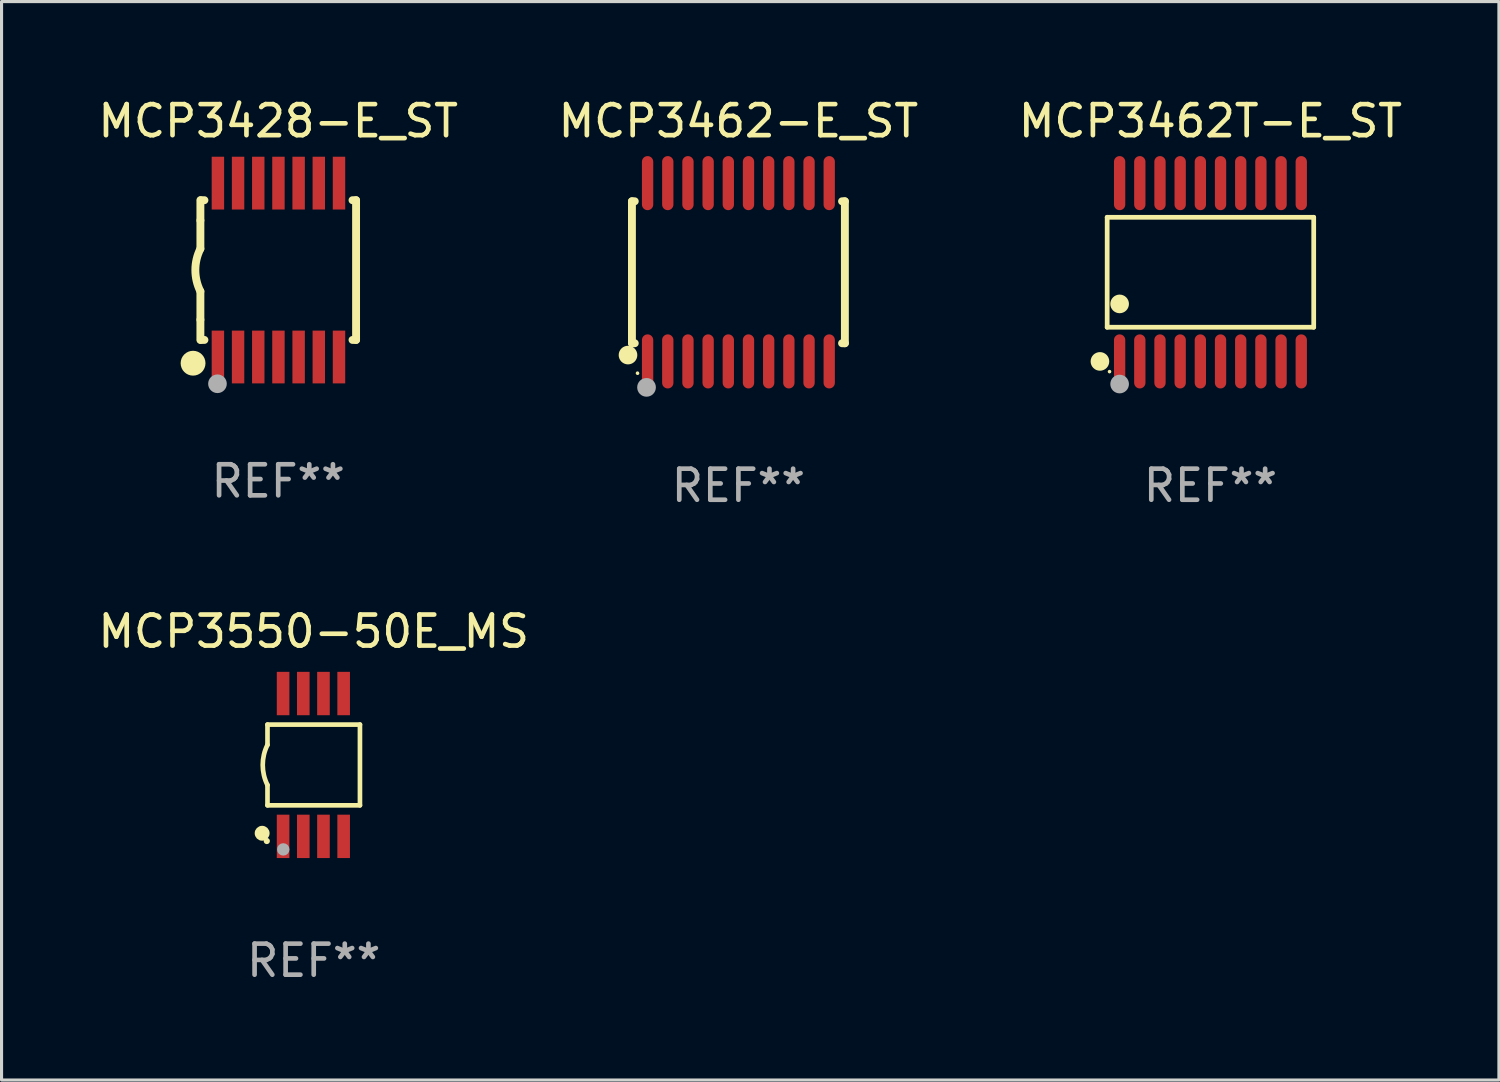
<source format=kicad_pcb>
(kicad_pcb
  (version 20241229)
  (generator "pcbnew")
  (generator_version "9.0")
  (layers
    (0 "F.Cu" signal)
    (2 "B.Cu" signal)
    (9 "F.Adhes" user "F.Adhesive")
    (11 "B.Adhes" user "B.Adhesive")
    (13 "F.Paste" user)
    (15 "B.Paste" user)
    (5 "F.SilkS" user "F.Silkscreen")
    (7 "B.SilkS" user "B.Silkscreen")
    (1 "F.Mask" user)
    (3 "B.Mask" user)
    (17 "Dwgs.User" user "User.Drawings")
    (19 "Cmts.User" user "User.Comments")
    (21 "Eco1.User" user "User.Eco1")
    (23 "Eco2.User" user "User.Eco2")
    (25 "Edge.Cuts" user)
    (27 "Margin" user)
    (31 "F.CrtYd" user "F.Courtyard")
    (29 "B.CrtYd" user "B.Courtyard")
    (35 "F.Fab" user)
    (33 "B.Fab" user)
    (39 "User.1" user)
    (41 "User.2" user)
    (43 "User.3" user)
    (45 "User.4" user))
  (footprint "MCP3462T-E_ST"
    (layer "F.Cu")
    (at 35.935 5.719)
    (property "Reference" "MCP3462T-E_ST" (at 0 -4.871 0) (layer "F.SilkS") (effects (font (size 1 1) (thickness 0.15))))
    (attr through_hole)
    (fp_line (start -3.326 -1.771) (end 3.326 -1.771) (stroke (width 0.152) (type solid)) (layer "F.SilkS"))
    (fp_line (start -3.326 1.771) (end -3.326 -1.771) (stroke (width 0.152) (type solid)) (layer "F.SilkS"))
    (fp_line (start 3.326 -1.771) (end 3.326 1.771) (stroke (width 0.152) (type solid)) (layer "F.SilkS"))
    (fp_line (start 3.326 1.771) (end -3.326 1.771) (stroke (width 0.152) (type solid)) (layer "F.SilkS"))
    (fp_circle (center -3.559 2.871) (end -3.409 2.871) (stroke (width 0.3) (type solid)) (fill no) (layer "F.SilkS"))
    (fp_circle (center -3.25 3.2) (end -3.22 3.2) (stroke (width 0.06) (type solid)) (fill no) (layer "F.SilkS"))
    (fp_circle (center -2.925 1.019) (end -2.775 1.019) (stroke (width 0.3) (type solid)) (fill no) (layer "F.SilkS"))
    (fp_circle (center -2.925 3.6) (end -2.775 3.6) (stroke (width 0.3) (type solid)) (fill no) (layer "F.Fab"))
    (fp_text user "REF**" (at 0 6.871 0) (layer "F.Fab") (effects (font (size 1 1) (thickness 0.15))))
    (pad "1" smd oval (at -2.925 2.871) (size 0.364 1.742) (layers "F.Cu" "F.Mask" "F.Paste"))
    (pad "2" smd oval (at -2.275 2.871) (size 0.364 1.742) (layers "F.Cu" "F.Mask" "F.Paste"))
    (pad "3" smd oval (at -1.625 2.871) (size 0.364 1.742) (layers "F.Cu" "F.Mask" "F.Paste"))
    (pad "4" smd oval (at -0.975 2.871) (size 0.364 1.742) (layers "F.Cu" "F.Mask" "F.Paste"))
    (pad "5" smd oval (at -0.325 2.871) (size 0.364 1.742) (layers "F.Cu" "F.Mask" "F.Paste"))
    (pad "6" smd oval (at 0.325 2.871) (size 0.364 1.742) (layers "F.Cu" "F.Mask" "F.Paste"))
    (pad "7" smd oval (at 0.975 2.871) (size 0.364 1.742) (layers "F.Cu" "F.Mask" "F.Paste"))
    (pad "8" smd oval (at 1.625 2.871) (size 0.364 1.742) (layers "F.Cu" "F.Mask" "F.Paste"))
    (pad "9" smd oval (at 2.275 2.871) (size 0.364 1.742) (layers "F.Cu" "F.Mask" "F.Paste"))
    (pad "10" smd oval (at 2.925 2.871) (size 0.364 1.742) (layers "F.Cu" "F.Mask" "F.Paste"))
    (pad "11" smd oval (at 2.925 -2.871) (size 0.364 1.742) (layers "F.Cu" "F.Mask" "F.Paste"))
    (pad "12" smd oval (at 2.275 -2.871) (size 0.364 1.742) (layers "F.Cu" "F.Mask" "F.Paste"))
    (pad "13" smd oval (at 1.625 -2.871) (size 0.364 1.742) (layers "F.Cu" "F.Mask" "F.Paste"))
    (pad "14" smd oval (at 0.975 -2.871) (size 0.364 1.742) (layers "F.Cu" "F.Mask" "F.Paste"))
    (pad "15" smd oval (at 0.325 -2.871) (size 0.364 1.742) (layers "F.Cu" "F.Mask" "F.Paste"))
    (pad "16" smd oval (at -0.325 -2.871) (size 0.364 1.742) (layers "F.Cu" "F.Mask" "F.Paste"))
    (pad "17" smd oval (at -0.975 -2.871) (size 0.364 1.742) (layers "F.Cu" "F.Mask" "F.Paste"))
    (pad "18" smd oval (at -1.625 -2.871) (size 0.364 1.742) (layers "F.Cu" "F.Mask" "F.Paste"))
    (pad "19" smd oval (at -2.275 -2.871) (size 0.364 1.742) (layers "F.Cu" "F.Mask" "F.Paste"))
    (pad "20" smd oval (at -2.925 -2.871) (size 0.364 1.742) (layers "F.Cu" "F.Mask" "F.Paste")))
  (footprint "MCP3428-E_ST"
    (layer "F.Cu")
    (at 5.911 5.648)
    (property "Reference" "MCP3428-E_ST" (at 0 -4.8 0) (layer "F.SilkS") (effects (font (size 1 1) (thickness 0.15))))
    (attr through_hole)
    (fp_line (start -2.507 -1.6) (end -2.507 -2.25) (stroke (width 0.254) (type solid)) (layer "F.SilkS"))
    (fp_line (start -2.507 -0.686) (end -2.507 -1.6) (stroke (width 0.254) (type solid)) (layer "F.SilkS"))
    (fp_line (start -2.507 1.6) (end -2.507 0.686) (stroke (width 0.254) (type solid)) (layer "F.SilkS"))
    (fp_line (start -2.507 1.6) (end -2.507 2.25) (stroke (width 0.254) (type solid)) (layer "F.SilkS"))
    (fp_line (start -2.493 -2.25) (end -2.377 -2.25) (stroke (width 0.254) (type solid)) (layer "F.SilkS"))
    (fp_line (start -2.377 2.25) (end -2.493 2.25) (stroke (width 0.254) (type solid)) (layer "F.SilkS"))
    (fp_line (start 2.392 -2.25) (end 2.507 -2.25) (stroke (width 0.254) (type solid)) (layer "F.SilkS"))
    (fp_line (start 2.507 -2.25) (end 2.507 2.25) (stroke (width 0.254) (type solid)) (layer "F.SilkS"))
    (fp_line (start 2.507 2.25) (end 2.392 2.25) (stroke (width 0.254) (type solid)) (layer "F.SilkS"))
    (fp_arc (start -2.507303 0.685802) (mid -2.669199 0) (end -2.507303 -0.685801) (stroke (width 0.254001) (type solid)) (layer "F.SilkS"))
    (fp_circle (center -2.743 3) (end -2.543 3) (stroke (width 0.4) (type solid)) (fill no) (layer "F.SilkS"))
    (fp_circle (center -2.493 3.2) (end -2.463 3.2) (stroke (width 0.06) (type solid)) (fill no) (layer "F.SilkS"))
    (fp_circle (center -1.957 3.662) (end -1.807 3.662) (stroke (width 0.3) (type solid)) (fill no) (layer "F.Fab"))
    (fp_text user "REF**" (at 0 6.8 0) (layer "F.Fab") (effects (font (size 1 1) (thickness 0.15))))
    (pad "1" smd rect (at -1.943 2.8) (size 0.4 1.7) (layers "F.Cu" "F.Mask" "F.Paste"))
    (pad "2" smd rect (at -1.293 2.8) (size 0.4 1.7) (layers "F.Cu" "F.Mask" "F.Paste"))
    (pad "3" smd rect (at -0.643 2.8) (size 0.4 1.7) (layers "F.Cu" "F.Mask" "F.Paste"))
    (pad "4" smd rect (at 0.007 2.8) (size 0.4 1.7) (layers "F.Cu" "F.Mask" "F.Paste"))
    (pad "5" smd rect (at 0.657 2.8) (size 0.4 1.7) (layers "F.Cu" "F.Mask" "F.Paste"))
    (pad "6" smd rect (at 1.307 2.8) (size 0.4 1.7) (layers "F.Cu" "F.Mask" "F.Paste"))
    (pad "7" smd rect (at 1.957 2.8) (size 0.4 1.7) (layers "F.Cu" "F.Mask" "F.Paste"))
    (pad "8" smd rect (at 1.957 -2.8) (size 0.4 1.7) (layers "F.Cu" "F.Mask" "F.Paste"))
    (pad "9" smd rect (at 1.307 -2.8) (size 0.4 1.7) (layers "F.Cu" "F.Mask" "F.Paste"))
    (pad "10" smd rect (at 0.657 -2.8) (size 0.4 1.7) (layers "F.Cu" "F.Mask" "F.Paste"))
    (pad "11" smd rect (at 0.007 -2.8) (size 0.4 1.7) (layers "F.Cu" "F.Mask" "F.Paste"))
    (pad "12" smd rect (at -0.643 -2.8) (size 0.4 1.7) (layers "F.Cu" "F.Mask" "F.Paste"))
    (pad "13" smd rect (at -1.293 -2.8) (size 0.4 1.7) (layers "F.Cu" "F.Mask" "F.Paste"))
    (pad "14" smd rect (at -1.943 -2.8) (size 0.4 1.7) (layers "F.Cu" "F.Mask" "F.Paste")))
  (footprint "MCP3550-50E_MS"
    (layer "F.Cu")
    (at 7.054 21.587)
    (property "Reference" "MCP3550-50E_MS" (at 0 -4.3 0) (layer "F.SilkS") (effects (font (size 1 1) (thickness 0.15))))
    (attr through_hole)
    (fp_line (start -1.489 -1.3) (end -1.489 -0.648) (stroke (width 0.15) (type solid)) (layer "F.SilkS"))
    (fp_line (start -1.489 0.648) (end -1.489 1.3) (stroke (width 0.15) (type solid)) (layer "F.SilkS"))
    (fp_line (start -1.489 1.3) (end 1.489 1.3) (stroke (width 0.15) (type solid)) (layer "F.SilkS"))
    (fp_line (start 1.489 -1.3) (end -1.489 -1.3) (stroke (width 0.15) (type solid)) (layer "F.SilkS"))
    (fp_line (start 1.489 1.3) (end 1.489 -1.3) (stroke (width 0.15) (type solid)) (layer "F.SilkS"))
    (fp_arc (start -1.489205 0.647702) (mid -1.642107 0) (end -1.489205 -0.647701) (stroke (width 0.150013) (type solid)) (layer "F.SilkS"))
    (fp_circle (center -1.661 2.2) (end -1.541 2.2) (stroke (width 0.24) (type solid)) (fill no) (layer "F.SilkS"))
    (fp_circle (center -1.511 2.45) (end -1.461 2.45) (stroke (width 0.1) (type solid)) (fill no) (layer "F.SilkS"))
    (fp_circle (center -0.981 2.72) (end -0.881 2.72) (stroke (width 0.2) (type solid)) (fill no) (layer "F.Fab"))
    (fp_text user "REF**" (at 0 6.3 0) (layer "F.Fab") (effects (font (size 1 1) (thickness 0.15))))
    (pad "1" smd rect (at -0.986 2.3) (size 0.406 1.397) (layers "F.Cu" "F.Mask" "F.Paste"))
    (pad "2" smd rect (at -0.336 2.3) (size 0.406 1.397) (layers "F.Cu" "F.Mask" "F.Paste"))
    (pad "3" smd rect (at 0.314 2.3) (size 0.406 1.397) (layers "F.Cu" "F.Mask" "F.Paste"))
    (pad "4" smd rect (at 0.964 2.3) (size 0.406 1.397) (layers "F.Cu" "F.Mask" "F.Paste"))
    (pad "5" smd rect (at 0.964 -2.3) (size 0.406 1.397) (layers "F.Cu" "F.Mask" "F.Paste"))
    (pad "6" smd rect (at 0.314 -2.3) (size 0.406 1.397) (layers "F.Cu" "F.Mask" "F.Paste"))
    (pad "7" smd rect (at -0.336 -2.3) (size 0.406 1.397) (layers "F.Cu" "F.Mask" "F.Paste"))
    (pad "8" smd rect (at -0.986 -2.3) (size 0.406 1.397) (layers "F.Cu" "F.Mask" "F.Paste")))
  (footprint "MCP3462-E_ST"
    (layer "F.Cu")
    (at 20.732 5.719)
    (property "Reference" "MCP3462-E_ST" (at 0 -4.871 0) (layer "F.SilkS") (effects (font (size 1 1) (thickness 0.15))))
    (attr through_hole)
    (fp_line (start -3.429 -2.286) (end -3.429 2.286) (stroke (width 0.254) (type solid)) (layer "F.SilkS"))
    (fp_line (start -3.429 2.286) (end -3.338 2.286) (stroke (width 0.254) (type solid)) (layer "F.SilkS"))
    (fp_line (start -3.338 -2.286) (end -3.429 -2.286) (stroke (width 0.254) (type solid)) (layer "F.SilkS"))
    (fp_line (start 3.338 -2.286) (end 3.429 -2.286) (stroke (width 0.254) (type solid)) (layer "F.SilkS"))
    (fp_line (start 3.429 -2.286) (end 3.429 2.286) (stroke (width 0.254) (type solid)) (layer "F.SilkS"))
    (fp_line (start 3.429 2.286) (end 3.338 2.286) (stroke (width 0.254) (type solid)) (layer "F.SilkS"))
    (fp_circle (center -3.556 2.667) (end -3.406 2.667) (stroke (width 0.3) (type solid)) (fill no) (layer "F.SilkS"))
    (fp_circle (center -3.25 3.25) (end -3.22 3.25) (stroke (width 0.06) (type solid)) (fill no) (layer "F.SilkS"))
    (fp_circle (center -2.959 3.707) (end -2.808 3.707) (stroke (width 0.3) (type solid)) (fill no) (layer "F.Fab"))
    (fp_text user "REF**" (at 0 6.871 0) (layer "F.Fab") (effects (font (size 1 1) (thickness 0.15))))
    (pad "1" smd oval (at -2.925 2.871) (size 0.364 1.742) (layers "F.Cu" "F.Mask" "F.Paste"))
    (pad "2" smd oval (at -2.275 2.871) (size 0.364 1.742) (layers "F.Cu" "F.Mask" "F.Paste"))
    (pad "3" smd oval (at -1.625 2.871) (size 0.364 1.742) (layers "F.Cu" "F.Mask" "F.Paste"))
    (pad "4" smd oval (at -0.975 2.871) (size 0.364 1.742) (layers "F.Cu" "F.Mask" "F.Paste"))
    (pad "5" smd oval (at -0.325 2.871) (size 0.364 1.742) (layers "F.Cu" "F.Mask" "F.Paste"))
    (pad "6" smd oval (at 0.325 2.871) (size 0.364 1.742) (layers "F.Cu" "F.Mask" "F.Paste"))
    (pad "7" smd oval (at 0.975 2.871) (size 0.364 1.742) (layers "F.Cu" "F.Mask" "F.Paste"))
    (pad "8" smd oval (at 1.625 2.871) (size 0.364 1.742) (layers "F.Cu" "F.Mask" "F.Paste"))
    (pad "9" smd oval (at 2.275 2.871) (size 0.364 1.742) (layers "F.Cu" "F.Mask" "F.Paste"))
    (pad "10" smd oval (at 2.925 2.871) (size 0.364 1.742) (layers "F.Cu" "F.Mask" "F.Paste"))
    (pad "11" smd oval (at 2.925 -2.871) (size 0.364 1.742) (layers "F.Cu" "F.Mask" "F.Paste"))
    (pad "12" smd oval (at 2.275 -2.871) (size 0.364 1.742) (layers "F.Cu" "F.Mask" "F.Paste"))
    (pad "13" smd oval (at 1.625 -2.871) (size 0.364 1.742) (layers "F.Cu" "F.Mask" "F.Paste"))
    (pad "14" smd oval (at 0.975 -2.871) (size 0.364 1.742) (layers "F.Cu" "F.Mask" "F.Paste"))
    (pad "15" smd oval (at 0.325 -2.871) (size 0.364 1.742) (layers "F.Cu" "F.Mask" "F.Paste"))
    (pad "16" smd oval (at -0.325 -2.871) (size 0.364 1.742) (layers "F.Cu" "F.Mask" "F.Paste"))
    (pad "17" smd oval (at -0.975 -2.871) (size 0.364 1.742) (layers "F.Cu" "F.Mask" "F.Paste"))
    (pad "18" smd oval (at -1.625 -2.871) (size 0.364 1.742) (layers "F.Cu" "F.Mask" "F.Paste"))
    (pad "19" smd oval (at -2.275 -2.871) (size 0.364 1.742) (layers "F.Cu" "F.Mask" "F.Paste"))
    (pad "20" smd oval (at -2.925 -2.871) (size 0.364 1.742) (layers "F.Cu" "F.Mask" "F.Paste")))
  (gr_rect
    (start -3 -3)
    (end 45.226 31.735)
    (stroke (width 0.1) (type default))
    (fill no)
    (layer "Edge.Cuts")))
</source>
